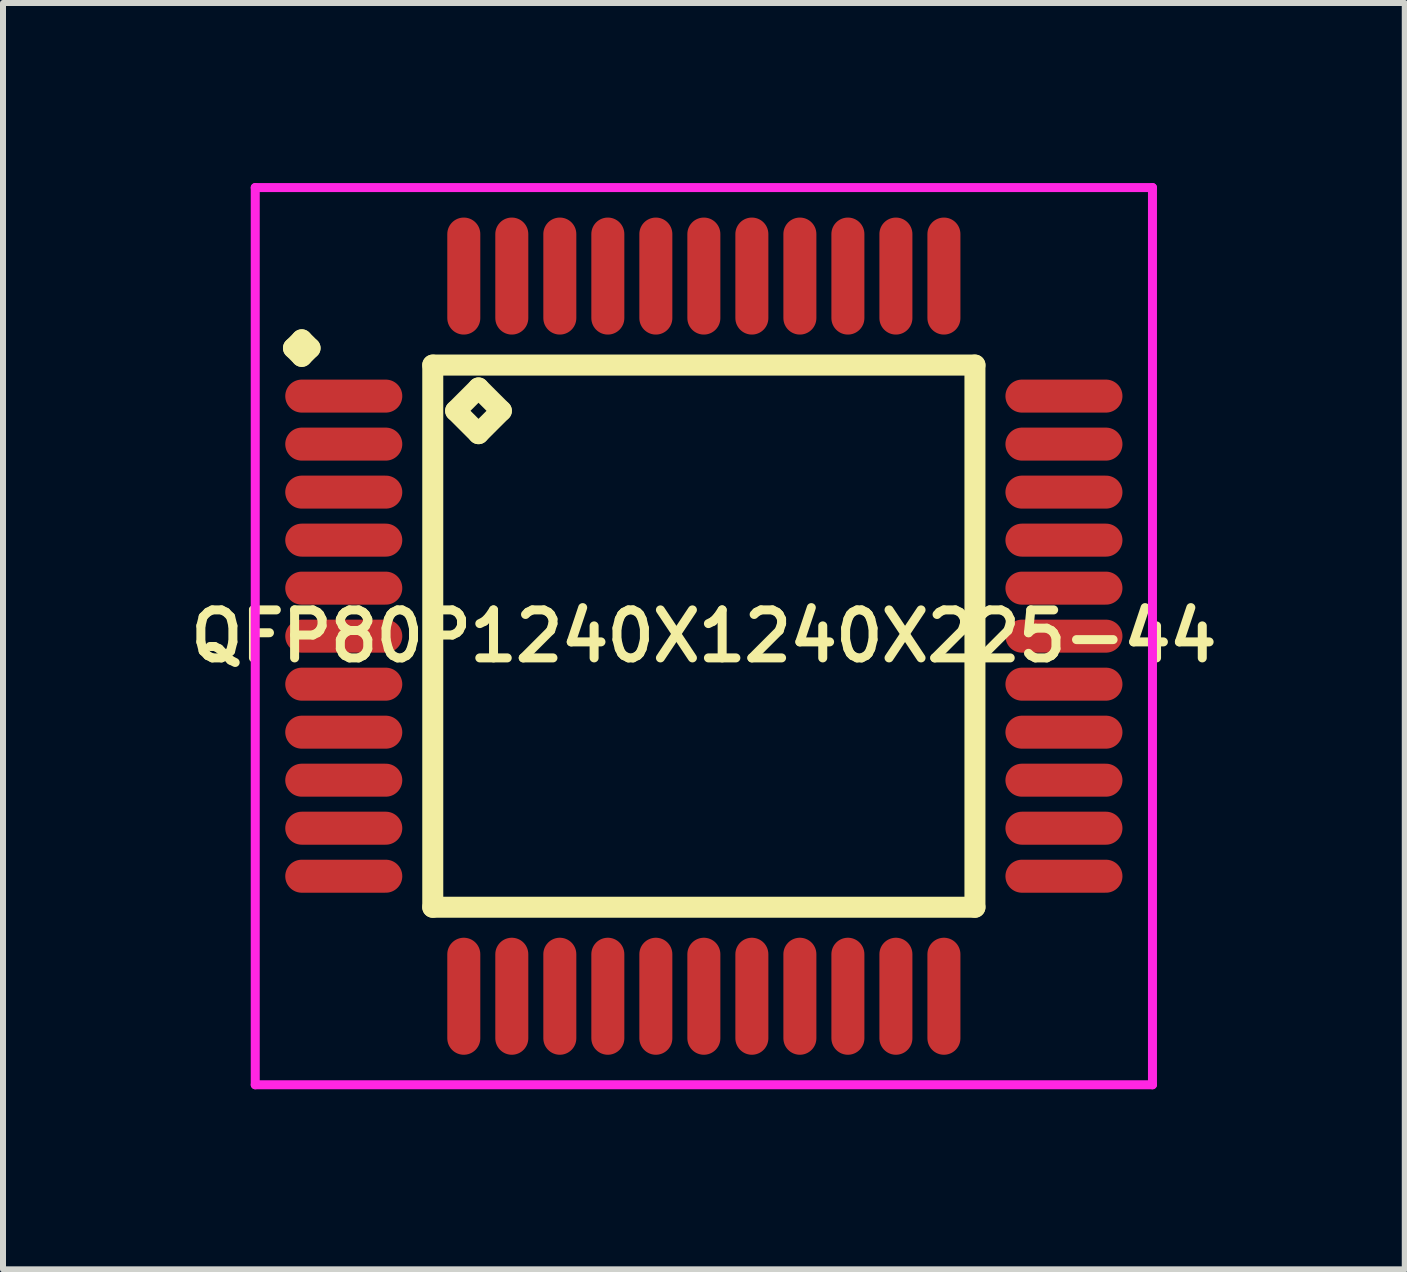
<source format=kicad_pcb>
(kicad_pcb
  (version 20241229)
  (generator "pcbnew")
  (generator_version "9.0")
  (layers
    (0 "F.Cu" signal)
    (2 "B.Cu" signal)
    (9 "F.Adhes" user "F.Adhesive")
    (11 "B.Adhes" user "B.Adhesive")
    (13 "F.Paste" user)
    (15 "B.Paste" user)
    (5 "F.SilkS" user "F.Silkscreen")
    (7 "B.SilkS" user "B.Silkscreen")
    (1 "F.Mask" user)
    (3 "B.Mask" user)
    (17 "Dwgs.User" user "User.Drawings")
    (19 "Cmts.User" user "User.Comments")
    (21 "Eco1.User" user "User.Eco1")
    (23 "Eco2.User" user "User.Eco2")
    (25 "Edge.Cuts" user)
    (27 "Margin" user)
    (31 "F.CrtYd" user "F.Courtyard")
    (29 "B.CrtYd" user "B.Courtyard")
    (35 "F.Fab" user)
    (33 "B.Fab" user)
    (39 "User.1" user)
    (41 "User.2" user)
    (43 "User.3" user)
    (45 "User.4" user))
  (footprint "QFP80P1240X1240X225-44"
    (layer "F.Cu")
    (at 8.678 7.55)
    (property "Reference" "QFP80P1240X1240X225-44" (at 0 0 0) (layer "F.SilkS") (effects (font (size 0.8 0.8) (thickness 0.15))))
    (attr smd)
    (fp_line (start -6.838 -4.8) (end -6.7 -4.938) (stroke (width 0.35) (type solid)) (layer "F.SilkS"))
    (fp_line (start -6.7 -4.938) (end -6.562 -4.8) (stroke (width 0.35) (type solid)) (layer "F.SilkS"))
    (fp_line (start -6.7 -4.662) (end -6.838 -4.8) (stroke (width 0.35) (type solid)) (layer "F.SilkS"))
    (fp_line (start -6.562 -4.8) (end -6.7 -4.662) (stroke (width 0.35) (type solid)) (layer "F.SilkS"))
    (fp_line (start -4.517 -4.517) (end -4.517 4.517) (stroke (width 0.35) (type solid)) (layer "F.SilkS"))
    (fp_line (start -4.517 4.517) (end 4.517 4.517) (stroke (width 0.35) (type solid)) (layer "F.SilkS"))
    (fp_line (start -4.136 -3.755) (end -3.755 -4.136) (stroke (width 0.35) (type solid)) (layer "F.SilkS"))
    (fp_line (start -3.755 -4.136) (end -3.374 -3.755) (stroke (width 0.35) (type solid)) (layer "F.SilkS"))
    (fp_line (start -3.755 -3.374) (end -4.136 -3.755) (stroke (width 0.35) (type solid)) (layer "F.SilkS"))
    (fp_line (start -3.374 -3.755) (end -3.755 -3.374) (stroke (width 0.35) (type solid)) (layer "F.SilkS"))
    (fp_line (start 4.517 -4.517) (end -4.517 -4.517) (stroke (width 0.35) (type solid)) (layer "F.SilkS"))
    (fp_line (start 4.517 4.517) (end 4.517 -4.517) (stroke (width 0.35) (type solid)) (layer "F.SilkS"))
    (fp_line (start -7.475 -7.475) (end 7.475 -7.475) (stroke (width 0.15) (type solid)) (layer "F.CrtYd"))
    (fp_line (start -7.475 7.475) (end -7.475 -7.475) (stroke (width 0.15) (type solid)) (layer "F.CrtYd"))
    (fp_line (start 7.475 -7.475) (end 7.475 7.475) (stroke (width 0.15) (type solid)) (layer "F.CrtYd"))
    (fp_line (start 7.475 7.475) (end -7.475 7.475) (stroke (width 0.15) (type solid)) (layer "F.CrtYd"))
    (pad "1" smd oval (at -6 -4) (size 1.95 0.55) (layers "F.Cu" "F.Mask" "F.Paste"))
    (pad "2" smd oval (at -6 -3.2) (size 1.95 0.55) (layers "F.Cu" "F.Mask" "F.Paste"))
    (pad "3" smd oval (at -6 -2.4) (size 1.95 0.55) (layers "F.Cu" "F.Mask" "F.Paste"))
    (pad "4" smd oval (at -6 -1.6) (size 1.95 0.55) (layers "F.Cu" "F.Mask" "F.Paste"))
    (pad "5" smd oval (at -6 -0.8) (size 1.95 0.55) (layers "F.Cu" "F.Mask" "F.Paste"))
    (pad "6" smd oval (at -6 0) (size 1.95 0.55) (layers "F.Cu" "F.Mask" "F.Paste"))
    (pad "7" smd oval (at -6 0.8) (size 1.95 0.55) (layers "F.Cu" "F.Mask" "F.Paste"))
    (pad "8" smd oval (at -6 1.6) (size 1.95 0.55) (layers "F.Cu" "F.Mask" "F.Paste"))
    (pad "9" smd oval (at -6 2.4) (size 1.95 0.55) (layers "F.Cu" "F.Mask" "F.Paste"))
    (pad "10" smd oval (at -6 3.2) (size 1.95 0.55) (layers "F.Cu" "F.Mask" "F.Paste"))
    (pad "11" smd oval (at -6 4) (size 1.95 0.55) (layers "F.Cu" "F.Mask" "F.Paste"))
    (pad "12" smd oval (at -4 6) (size 0.55 1.95) (layers "F.Cu" "F.Mask" "F.Paste"))
    (pad "13" smd oval (at -3.2 6) (size 0.55 1.95) (layers "F.Cu" "F.Mask" "F.Paste"))
    (pad "14" smd oval (at -2.4 6) (size 0.55 1.95) (layers "F.Cu" "F.Mask" "F.Paste"))
    (pad "15" smd oval (at -1.6 6) (size 0.55 1.95) (layers "F.Cu" "F.Mask" "F.Paste"))
    (pad "16" smd oval (at -0.8 6) (size 0.55 1.95) (layers "F.Cu" "F.Mask" "F.Paste"))
    (pad "17" smd oval (at 0 6) (size 0.55 1.95) (layers "F.Cu" "F.Mask" "F.Paste"))
    (pad "18" smd oval (at 0.8 6) (size 0.55 1.95) (layers "F.Cu" "F.Mask" "F.Paste"))
    (pad "19" smd oval (at 1.6 6) (size 0.55 1.95) (layers "F.Cu" "F.Mask" "F.Paste"))
    (pad "20" smd oval (at 2.4 6) (size 0.55 1.95) (layers "F.Cu" "F.Mask" "F.Paste"))
    (pad "21" smd oval (at 3.2 6) (size 0.55 1.95) (layers "F.Cu" "F.Mask" "F.Paste"))
    (pad "22" smd oval (at 4 6) (size 0.55 1.95) (layers "F.Cu" "F.Mask" "F.Paste"))
    (pad "23" smd oval (at 6 4) (size 1.95 0.55) (layers "F.Cu" "F.Mask" "F.Paste"))
    (pad "24" smd oval (at 6 3.2) (size 1.95 0.55) (layers "F.Cu" "F.Mask" "F.Paste"))
    (pad "25" smd oval (at 6 2.4) (size 1.95 0.55) (layers "F.Cu" "F.Mask" "F.Paste"))
    (pad "26" smd oval (at 6 1.6) (size 1.95 0.55) (layers "F.Cu" "F.Mask" "F.Paste"))
    (pad "27" smd oval (at 6 0.8) (size 1.95 0.55) (layers "F.Cu" "F.Mask" "F.Paste"))
    (pad "28" smd oval (at 6 0) (size 1.95 0.55) (layers "F.Cu" "F.Mask" "F.Paste"))
    (pad "29" smd oval (at 6 -0.8) (size 1.95 0.55) (layers "F.Cu" "F.Mask" "F.Paste"))
    (pad "30" smd oval (at 6 -1.6) (size 1.95 0.55) (layers "F.Cu" "F.Mask" "F.Paste"))
    (pad "31" smd oval (at 6 -2.4) (size 1.95 0.55) (layers "F.Cu" "F.Mask" "F.Paste"))
    (pad "32" smd oval (at 6 -3.2) (size 1.95 0.55) (layers "F.Cu" "F.Mask" "F.Paste"))
    (pad "33" smd oval (at 6 -4) (size 1.95 0.55) (layers "F.Cu" "F.Mask" "F.Paste"))
    (pad "34" smd oval (at 4 -6) (size 0.55 1.95) (layers "F.Cu" "F.Mask" "F.Paste"))
    (pad "35" smd oval (at 3.2 -6) (size 0.55 1.95) (layers "F.Cu" "F.Mask" "F.Paste"))
    (pad "36" smd oval (at 2.4 -6) (size 0.55 1.95) (layers "F.Cu" "F.Mask" "F.Paste"))
    (pad "37" smd oval (at 1.6 -6) (size 0.55 1.95) (layers "F.Cu" "F.Mask" "F.Paste"))
    (pad "38" smd oval (at 0.8 -6) (size 0.55 1.95) (layers "F.Cu" "F.Mask" "F.Paste"))
    (pad "39" smd oval (at 0 -6) (size 0.55 1.95) (layers "F.Cu" "F.Mask" "F.Paste"))
    (pad "40" smd oval (at -0.8 -6) (size 0.55 1.95) (layers "F.Cu" "F.Mask" "F.Paste"))
    (pad "41" smd oval (at -1.6 -6) (size 0.55 1.95) (layers "F.Cu" "F.Mask" "F.Paste"))
    (pad "42" smd oval (at -2.4 -6) (size 0.55 1.95) (layers "F.Cu" "F.Mask" "F.Paste"))
    (pad "43" smd oval (at -3.2 -6) (size 0.55 1.95) (layers "F.Cu" "F.Mask" "F.Paste"))
    (pad "44" smd oval (at -4 -6) (size 0.55 1.95) (layers "F.Cu" "F.Mask" "F.Paste")))
  (gr_rect
    (start -3 -3)
    (end 20.357 18.1)
    (stroke (width 0.1) (type default))
    (fill no)
    (layer "Edge.Cuts")))
</source>
